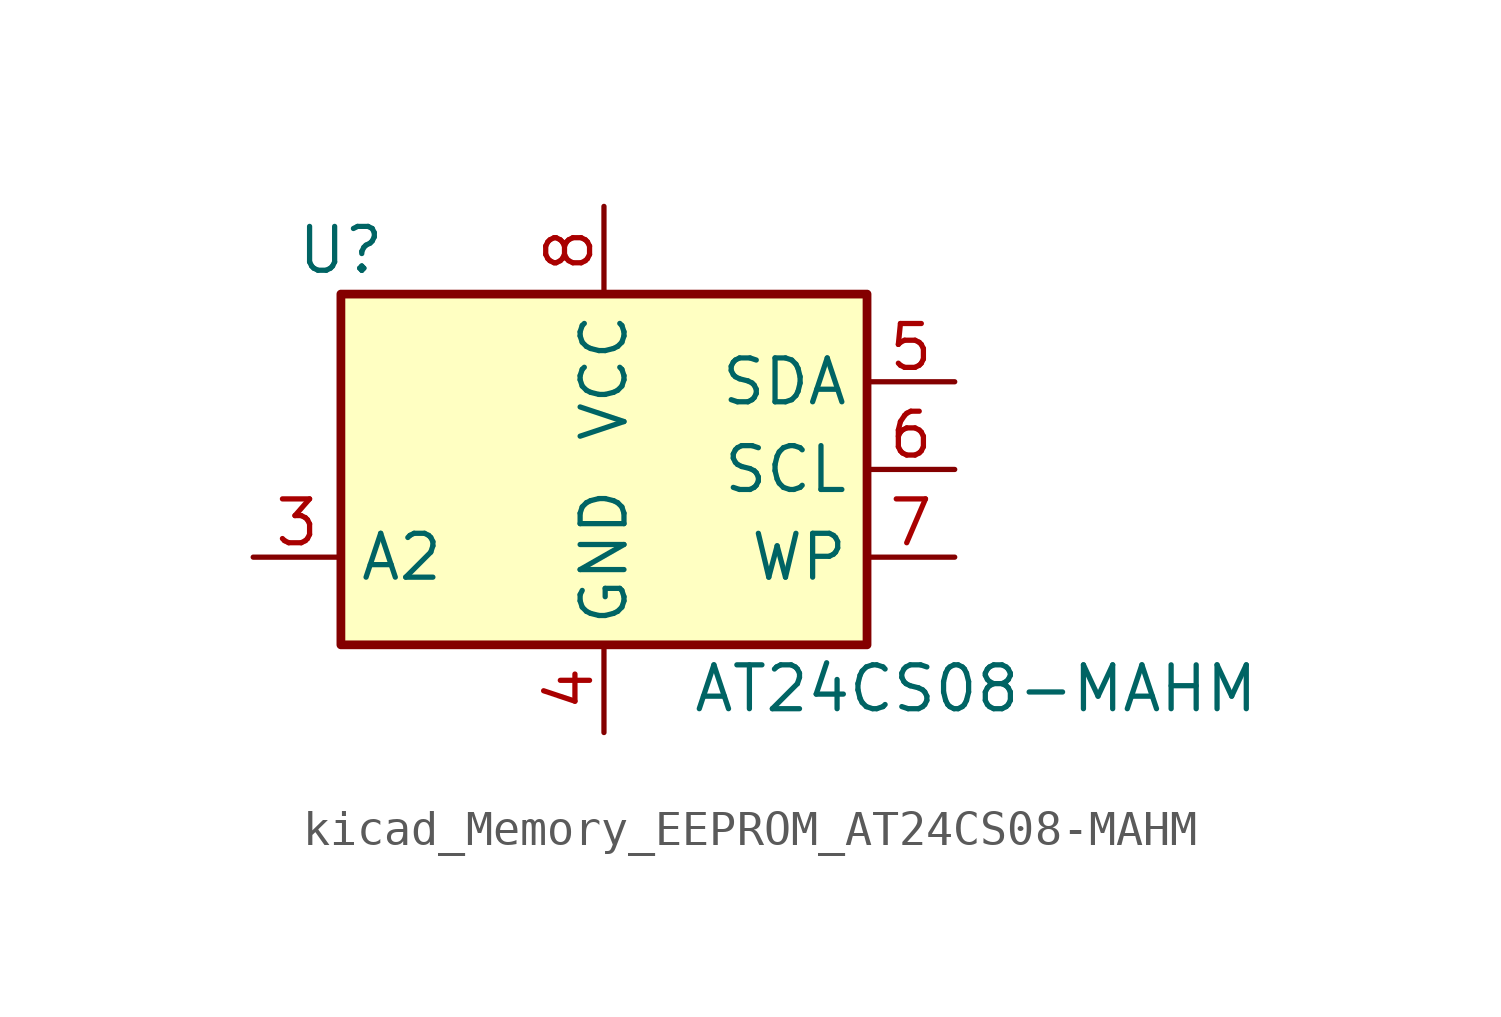
<source format=kicad_sym>
(kicad_symbol_lib
  (version 20220914)
  (generator kicad_symbol_editor)
  (symbol "kicad_Memory_EEPROM_AT24CS08-MAHM"
    (property "Reference" "U"
      (at -7.62 6.35 0)
      (effects (font (size 1.27 1.27))))
    (property "Value" "AT24CS08-MAHM"
      (at 2.54 -6.35 0)
      (effects (font (size 1.27 1.27)) (justify left)))
    (symbol "kicad_Memory_EEPROM_AT24CS08-MAHM_1_1"
      (rectangle (start -7.62 5.08) (end 7.62 -5.08) (stroke (width 0.254) (type default)) (fill (type background)))
      (pin no_connect line (at -7.62 2.54 0) (length 2.54) hide (name "NC" (effects (font (size 1.27 1.27)))) (number "1" (effects (font (size 1.27 1.27)))))
      (pin no_connect line (at -7.62 0 0) (length 2.54) hide (name "NC" (effects (font (size 1.27 1.27)))) (number "2" (effects (font (size 1.27 1.27)))))
      (pin input line (at -10.16 -2.54 0) (length 2.54) (name "A2" (effects (font (size 1.27 1.27)))) (number "3" (effects (font (size 1.27 1.27)))))
      (pin power_in line (at 0 -7.62 90) (length 2.54) (name "GND" (effects (font (size 1.27 1.27)))) (number "4" (effects (font (size 1.27 1.27)))))
      (pin bidirectional line (at 10.16 2.54 180) (length 2.54) (name "SDA" (effects (font (size 1.27 1.27)))) (number "5" (effects (font (size 1.27 1.27)))))
      (pin input line (at 10.16 0 180) (length 2.54) (name "SCL" (effects (font (size 1.27 1.27)))) (number "6" (effects (font (size 1.27 1.27)))))
      (pin input line (at 10.16 -2.54 180) (length 2.54) (name "WP" (effects (font (size 1.27 1.27)))) (number "7" (effects (font (size 1.27 1.27)))))
      (pin power_in line (at 0 7.62 270) (length 2.54) (name "VCC" (effects (font (size 1.27 1.27)))) (number "8" (effects (font (size 1.27 1.27)))))
      (pin no_connect line (at -2.54 -5.08 90) (length 2.54) hide (name "NC" (effects (font (size 1.27 1.27)))) (number "9" (effects (font (size 1.27 1.27))))))))
</source>
